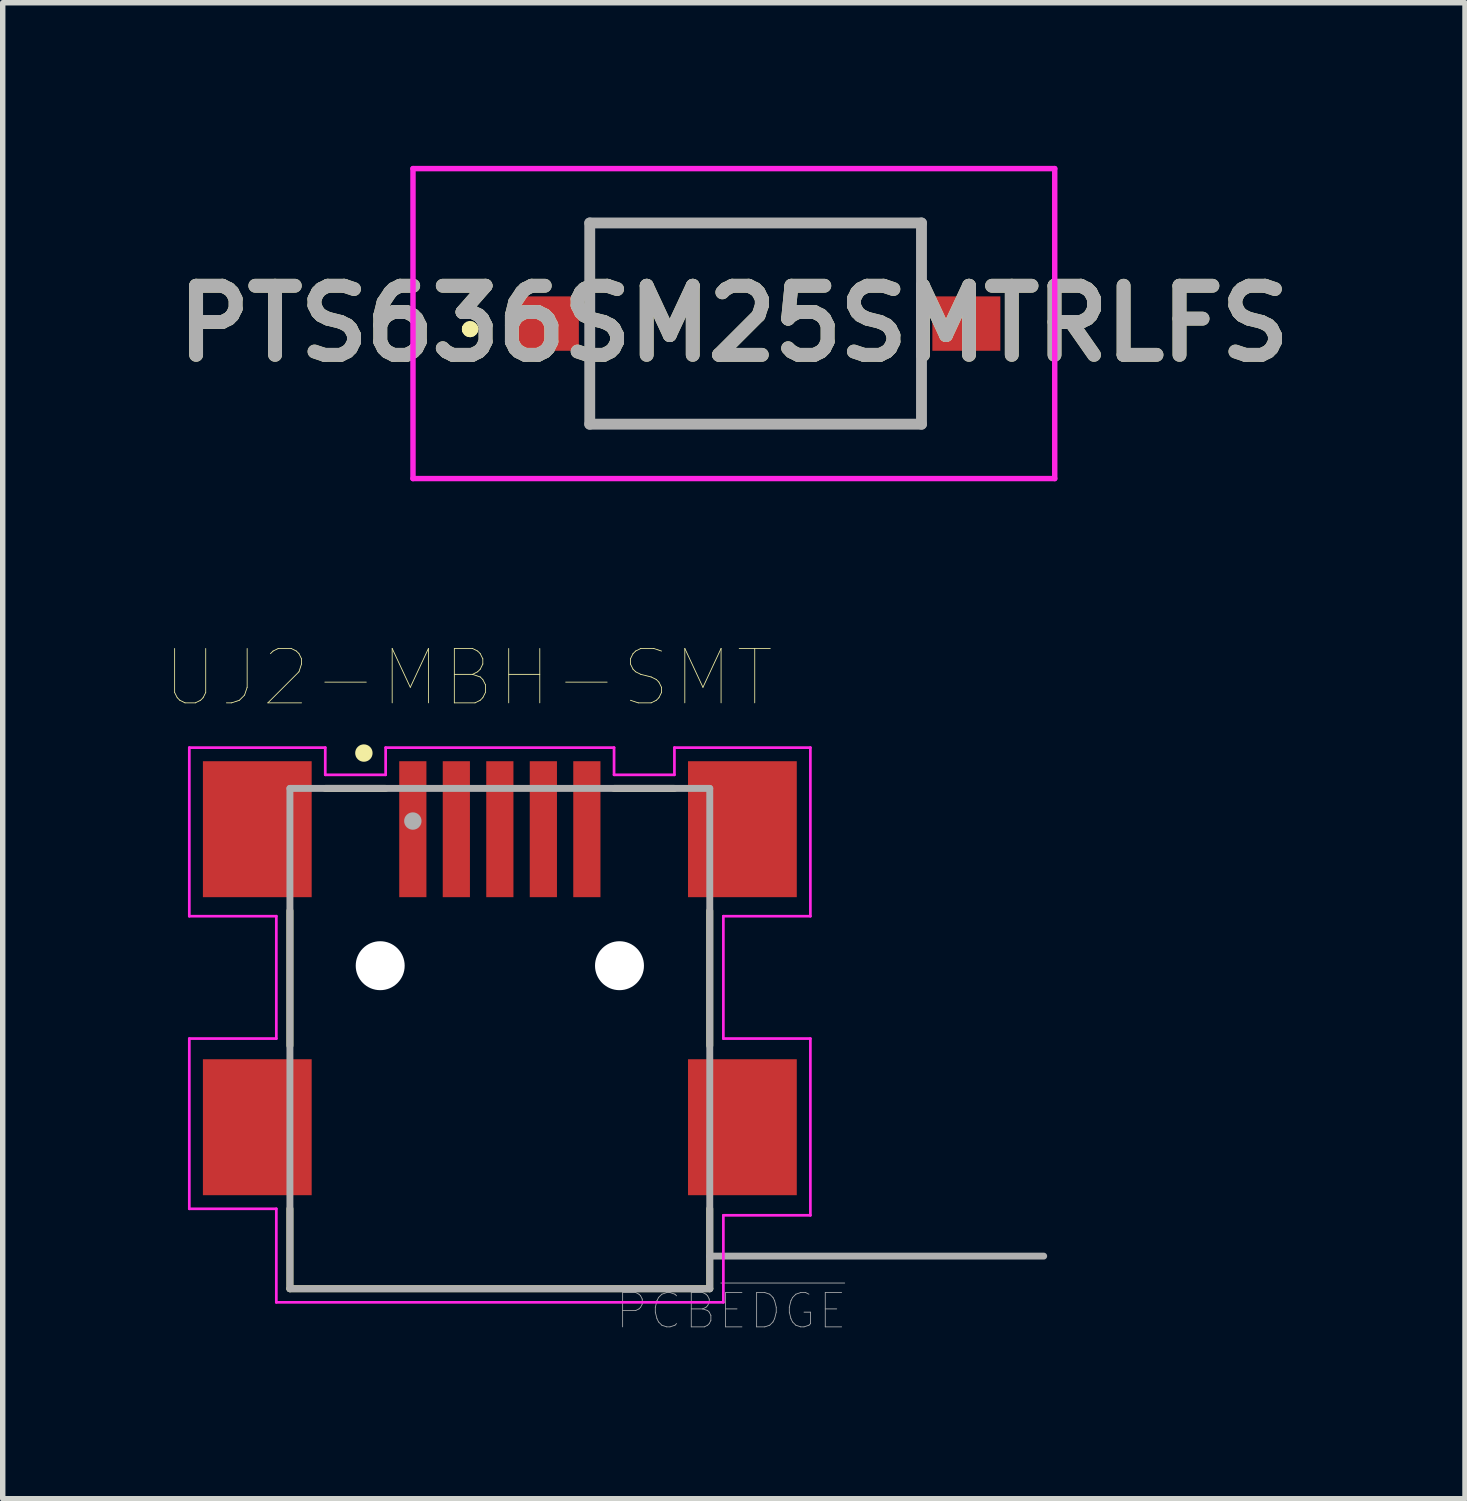
<source format=kicad_pcb>
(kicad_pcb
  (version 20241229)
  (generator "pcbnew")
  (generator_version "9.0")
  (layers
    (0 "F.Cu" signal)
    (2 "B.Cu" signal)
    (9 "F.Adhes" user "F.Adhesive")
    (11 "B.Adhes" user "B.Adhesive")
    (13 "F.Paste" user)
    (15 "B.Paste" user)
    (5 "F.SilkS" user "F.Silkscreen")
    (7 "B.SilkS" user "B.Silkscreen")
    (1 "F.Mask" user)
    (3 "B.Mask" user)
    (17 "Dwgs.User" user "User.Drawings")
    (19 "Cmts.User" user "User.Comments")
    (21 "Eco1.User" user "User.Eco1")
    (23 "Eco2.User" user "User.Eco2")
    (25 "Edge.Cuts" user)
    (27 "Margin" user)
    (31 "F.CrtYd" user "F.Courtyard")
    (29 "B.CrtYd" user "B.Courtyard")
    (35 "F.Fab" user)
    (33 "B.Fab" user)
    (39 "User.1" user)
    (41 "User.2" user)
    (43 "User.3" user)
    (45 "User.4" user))
  (footprint "UJ2-MBH-SMT"
    (layer "F.Cu")
    (at 4.541 12.197)
    (property "Reference" "UJ2-MBH-SMT" (at 1.025 -2.785 0) (layer "F.SilkS") (effects (font (size 1 1) (thickness 0.015))))
    (attr through_hole)
    (fp_line (start -2.26 3.98) (end -2.26 1.5) (stroke (width 0.127) (type solid)) (layer "F.SilkS"))
    (fp_line (start -2.26 6.98) (end -2.26 8.45) (stroke (width 0.127) (type solid)) (layer "F.SilkS"))
    (fp_line (start -2.26 8.45) (end 5.46 8.45) (stroke (width 0.127) (type solid)) (layer "F.SilkS"))
    (fp_line (start -1.61 -0.75) (end -0.5 -0.75) (stroke (width 0.127) (type solid)) (layer "F.SilkS"))
    (fp_line (start 3.7 -0.75) (end 4.81 -0.75) (stroke (width 0.127) (type solid)) (layer "F.SilkS"))
    (fp_line (start 5.46 3.98) (end 5.46 1.5) (stroke (width 0.127) (type solid)) (layer "F.SilkS"))
    (fp_line (start 5.46 8.45) (end 5.46 6.98) (stroke (width 0.127) (type solid)) (layer "F.SilkS"))
    (fp_circle (center -0.9 -1.4) (end -0.82 -1.4) (stroke (width 0.16) (type solid)) (fill no) (layer "F.SilkS"))
    (fp_line (start -4.11 -1.5) (end -4.11 1.6) (stroke (width 0.05) (type solid)) (layer "F.CrtYd"))
    (fp_line (start -4.11 1.6) (end -2.51 1.6) (stroke (width 0.05) (type solid)) (layer "F.CrtYd"))
    (fp_line (start -4.11 3.85) (end -4.11 6.98) (stroke (width 0.05) (type solid)) (layer "F.CrtYd"))
    (fp_line (start -4.11 6.98) (end -2.51 6.98) (stroke (width 0.05) (type solid)) (layer "F.CrtYd"))
    (fp_line (start -2.51 1.6) (end -2.51 3.85) (stroke (width 0.05) (type solid)) (layer "F.CrtYd"))
    (fp_line (start -2.51 3.85) (end -4.11 3.85) (stroke (width 0.05) (type solid)) (layer "F.CrtYd"))
    (fp_line (start -2.51 6.98) (end -2.51 8.7) (stroke (width 0.05) (type solid)) (layer "F.CrtYd"))
    (fp_line (start -2.51 8.7) (end 5.71 8.7) (stroke (width 0.05) (type solid)) (layer "F.CrtYd"))
    (fp_line (start -1.61 -1.5) (end -4.11 -1.5) (stroke (width 0.05) (type solid)) (layer "F.CrtYd"))
    (fp_line (start -1.61 -1) (end -1.61 -1.5) (stroke (width 0.05) (type solid)) (layer "F.CrtYd"))
    (fp_line (start -0.5 -1.5) (end -0.5 -1) (stroke (width 0.05) (type solid)) (layer "F.CrtYd"))
    (fp_line (start -0.5 -1) (end -1.61 -1) (stroke (width 0.05) (type solid)) (layer "F.CrtYd"))
    (fp_line (start 3.7 -1.5) (end -0.5 -1.5) (stroke (width 0.05) (type solid)) (layer "F.CrtYd"))
    (fp_line (start 3.7 -1) (end 3.7 -1.5) (stroke (width 0.05) (type solid)) (layer "F.CrtYd"))
    (fp_line (start 4.81 -1.5) (end 4.81 -1) (stroke (width 0.05) (type solid)) (layer "F.CrtYd"))
    (fp_line (start 4.81 -1) (end 3.7 -1) (stroke (width 0.05) (type solid)) (layer "F.CrtYd"))
    (fp_line (start 5.71 1.6) (end 7.31 1.6) (stroke (width 0.05) (type solid)) (layer "F.CrtYd"))
    (fp_line (start 5.71 3.85) (end 5.71 1.6) (stroke (width 0.05) (type solid)) (layer "F.CrtYd"))
    (fp_line (start 5.71 7.1) (end 7.31 7.1) (stroke (width 0.05) (type solid)) (layer "F.CrtYd"))
    (fp_line (start 5.71 8.7) (end 5.71 7.1) (stroke (width 0.05) (type solid)) (layer "F.CrtYd"))
    (fp_line (start 7.31 -1.5) (end 4.81 -1.5) (stroke (width 0.05) (type solid)) (layer "F.CrtYd"))
    (fp_line (start 7.31 1.6) (end 7.31 -1.5) (stroke (width 0.05) (type solid)) (layer "F.CrtYd"))
    (fp_line (start 7.31 3.85) (end 5.71 3.85) (stroke (width 0.05) (type solid)) (layer "F.CrtYd"))
    (fp_line (start 7.31 7.1) (end 7.31 3.85) (stroke (width 0.05) (type solid)) (layer "F.CrtYd"))
    (fp_line (start -2.26 -0.75) (end 5.46 -0.75) (stroke (width 0.127) (type solid)) (layer "F.Fab"))
    (fp_line (start -2.26 8.45) (end -2.26 -0.75) (stroke (width 0.127) (type solid)) (layer "F.Fab"))
    (fp_line (start 5.46 -0.75) (end 5.46 7.85) (stroke (width 0.127) (type solid)) (layer "F.Fab"))
    (fp_line (start 5.46 7.85) (end 5.46 8.45) (stroke (width 0.127) (type solid)) (layer "F.Fab"))
    (fp_line (start 5.46 7.85) (end 11.6 7.85) (stroke (width 0.127) (type solid)) (layer "F.Fab"))
    (fp_line (start 5.46 8.45) (end -2.26 8.45) (stroke (width 0.127) (type solid)) (layer "F.Fab"))
    (fp_circle (center 0 -0.15) (end 0.08 -0.15) (stroke (width 0.16) (type solid)) (fill no) (layer "F.Fab"))
    (fp_text user "PCB~{EDGE}" (at 5.856 8.86 0) (layer "F.Fab") (effects (font (size 0.631 0.631) (thickness 0.015))))
    (pad "" np_thru_hole circle (at -0.6 2.51) (size 0.9 0.9) (drill 0.9) (layers "*.Cu" "*.Mask"))
    (pad "" np_thru_hole circle (at 3.8 2.51) (size 0.9 0.9) (drill 0.9) (layers "*.Cu" "*.Mask"))
    (pad "1" smd rect (at 0 0) (size 0.5 2.5) (layers "F.Cu" "F.Mask" "F.Paste"))
    (pad "2" smd rect (at 0.8 0) (size 0.5 2.5) (layers "F.Cu" "F.Mask" "F.Paste"))
    (pad "3" smd rect (at 1.6 0) (size 0.5 2.5) (layers "F.Cu" "F.Mask" "F.Paste"))
    (pad "4" smd rect (at 2.4 0) (size 0.5 2.5) (layers "F.Cu" "F.Mask" "F.Paste"))
    (pad "5" smd rect (at 3.2 0) (size 0.5 2.5) (layers "F.Cu" "F.Mask" "F.Paste"))
    (pad "SH1" smd rect (at -2.86 0) (size 2 2.5) (layers "F.Cu" "F.Mask" "F.Paste"))
    (pad "SH2" smd rect (at 6.06 0) (size 2 2.5) (layers "F.Cu" "F.Mask" "F.Paste"))
    (pad "SH3" smd rect (at -2.86 5.48) (size 2 2.5) (layers "F.Cu" "F.Mask" "F.Paste"))
    (pad "SH4" smd rect (at 6.06 5.48) (size 2 2.5) (layers "F.Cu" "F.Mask" "F.Paste")))
  (footprint "PTS636SM25SMTRLFS"
    (layer "F.Cu")
    (at 10.844 2.9)
    (property "Reference" "PTS636SM25SMTRLFS" (at -0.4 0 0) (layer "F.SilkS") (effects (font (size 1.27 1.27) (thickness 0.254))))
    (attr smd)
    (fp_line (start -5.3 0.1) (end -5.3 0.1) (stroke (width 0.2) (type solid)) (layer "F.SilkS"))
    (fp_line (start -5.3 0.1) (end -5.3 0.1) (stroke (width 0.2) (type solid)) (layer "F.SilkS"))
    (fp_line (start -5.2 0.1) (end -5.2 0.1) (stroke (width 0.2) (type solid)) (layer "F.SilkS"))
    (fp_line (start -3.05 -1.85) (end 3.05 -1.85) (stroke (width 0.1) (type solid)) (layer "F.SilkS"))
    (fp_line (start -3.05 1.85) (end -3.05 -1.85) (stroke (width 0.1) (type solid)) (layer "F.SilkS"))
    (fp_line (start 3.05 -1.85) (end 3.05 1.85) (stroke (width 0.1) (type solid)) (layer "F.SilkS"))
    (fp_line (start 3.05 1.85) (end -3.05 1.85) (stroke (width 0.1) (type solid)) (layer "F.SilkS"))
    (fp_arc (start -5.3 0.1) (mid -5.25 0.05) (end -5.2 0.1) (stroke (width 0.2) (type solid)) (layer "F.SilkS"))
    (fp_arc (start -5.2 0.1) (mid -5.25 0.15) (end -5.3 0.1) (stroke (width 0.2) (type solid)) (layer "F.SilkS"))
    (fp_arc (start -5.2 0.1) (mid -5.25 0.15) (end -5.3 0.1) (stroke (width 0.2) (type solid)) (layer "F.SilkS"))
    (fp_line (start -6.3 -2.85) (end 5.5 -2.85) (stroke (width 0.1) (type solid)) (layer "F.CrtYd"))
    (fp_line (start -6.3 2.85) (end -6.3 -2.85) (stroke (width 0.1) (type solid)) (layer "F.CrtYd"))
    (fp_line (start 5.5 -2.85) (end 5.5 2.85) (stroke (width 0.1) (type solid)) (layer "F.CrtYd"))
    (fp_line (start 5.5 2.85) (end -6.3 2.85) (stroke (width 0.1) (type solid)) (layer "F.CrtYd"))
    (fp_line (start -3.05 -1.85) (end -3.05 1.85) (stroke (width 0.2) (type solid)) (layer "F.Fab"))
    (fp_line (start -3.05 1.85) (end 3.05 1.85) (stroke (width 0.2) (type solid)) (layer "F.Fab"))
    (fp_line (start 3.05 -1.85) (end -3.05 -1.85) (stroke (width 0.2) (type solid)) (layer "F.Fab"))
    (fp_line (start 3.05 1.85) (end 3.05 -1.85) (stroke (width 0.2) (type solid)) (layer "F.Fab"))
    (fp_text user "${REFERENCE}" (at -0.4 0 0) (layer "F.Fab") (effects (font (size 1.27 1.27) (thickness 0.254))))
    (pad "1" smd rect (at -3.875 0 90) (size 1 1.25) (layers "F.Cu" "F.Mask" "F.Paste"))
    (pad "2" smd rect (at 3.875 0 90) (size 1 1.25) (layers "F.Cu" "F.Mask" "F.Paste")))
  (gr_rect
    (start -3 -3)
    (end 23.888 24.508)
    (stroke (width 0.1) (type default))
    (fill no)
    (layer "Edge.Cuts")))
</source>
